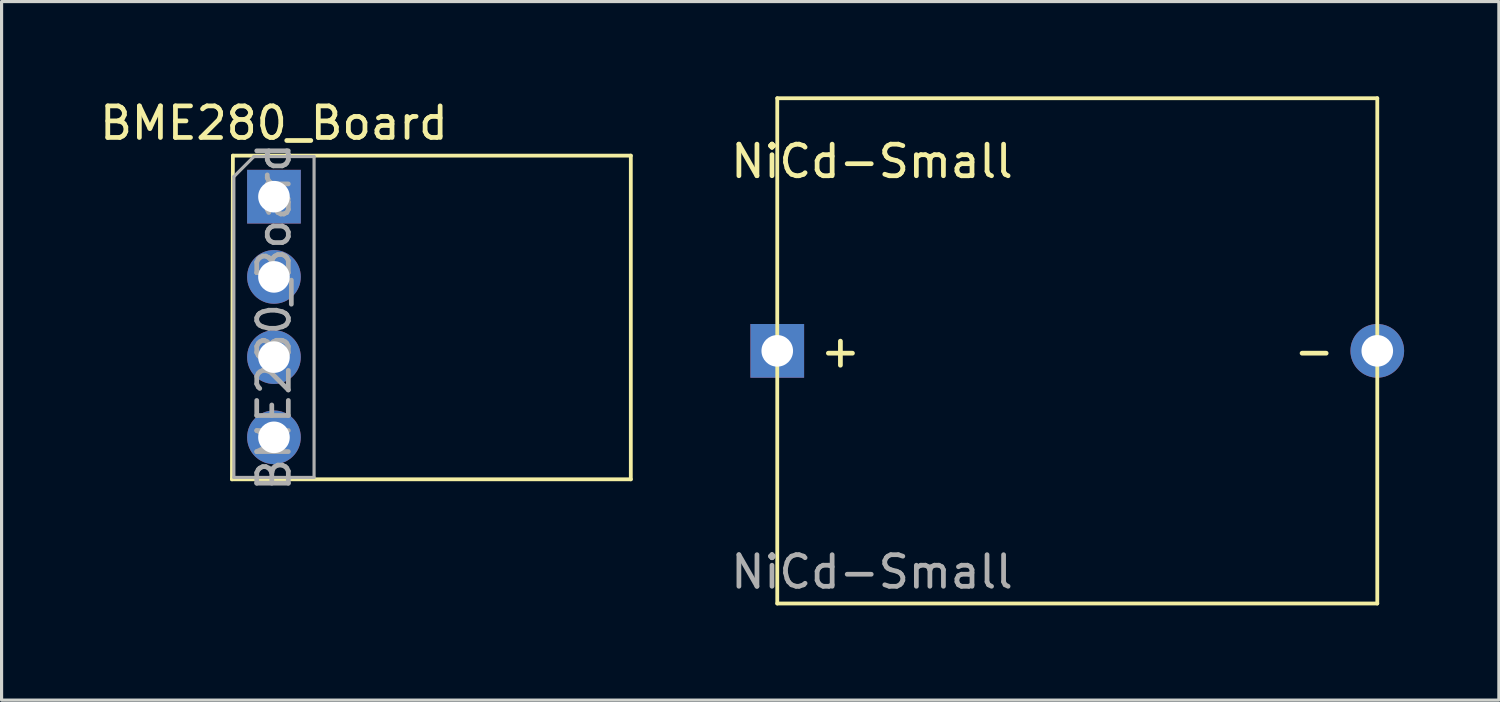
<source format=kicad_pcb>
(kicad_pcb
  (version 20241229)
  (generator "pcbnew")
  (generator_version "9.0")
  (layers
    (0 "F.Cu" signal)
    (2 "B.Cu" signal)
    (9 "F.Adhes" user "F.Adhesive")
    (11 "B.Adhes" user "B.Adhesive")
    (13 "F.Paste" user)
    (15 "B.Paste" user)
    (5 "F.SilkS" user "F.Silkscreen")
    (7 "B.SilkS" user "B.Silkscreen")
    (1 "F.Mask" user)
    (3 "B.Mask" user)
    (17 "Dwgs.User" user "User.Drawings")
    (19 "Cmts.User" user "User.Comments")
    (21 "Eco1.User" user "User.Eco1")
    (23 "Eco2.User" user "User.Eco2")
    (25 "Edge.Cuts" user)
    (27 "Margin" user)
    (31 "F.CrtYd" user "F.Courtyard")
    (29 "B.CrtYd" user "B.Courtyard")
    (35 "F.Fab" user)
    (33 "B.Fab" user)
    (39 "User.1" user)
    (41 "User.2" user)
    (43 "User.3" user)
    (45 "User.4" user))
  (footprint "BME280_Board"
    (layer "F.Cu")
    (at 5.625 3.178)
    (property "Reference" "BME280_Board" (at 0 -2.33 0) (layer "F.SilkS") (effects (font (size 1 1) (thickness 0.15))))
    (attr through_hole)
    (fp_line (start -1.33 8.95) (end 11.3 8.95) (stroke (width 0.12) (type solid)) (layer "F.SilkS"))
    (fp_line (start -1.3 -1.3) (end -1.33 8.95) (stroke (width 0.12) (type solid)) (layer "F.SilkS"))
    (fp_line (start -1.3 -1.3) (end 11.3 -1.3) (stroke (width 0.12) (type solid)) (layer "F.SilkS"))
    (fp_line (start 11.3 -1.3) (end 11.3 8.95) (stroke (width 0.12) (type solid)) (layer "F.SilkS"))
    (fp_line (start -1.27 -0.635) (end -0.635 -1.27) (stroke (width 0.1) (type solid)) (layer "F.Fab"))
    (fp_line (start -1.27 8.89) (end -1.27 -0.635) (stroke (width 0.1) (type solid)) (layer "F.Fab"))
    (fp_line (start -0.635 -1.27) (end 1.27 -1.27) (stroke (width 0.1) (type solid)) (layer "F.Fab"))
    (fp_line (start 1.27 -1.27) (end 1.27 8.89) (stroke (width 0.1) (type solid)) (layer "F.Fab"))
    (fp_line (start 1.27 8.89) (end -1.27 8.89) (stroke (width 0.1) (type solid)) (layer "F.Fab"))
    (fp_text user "${REFERENCE}" (at 0 3.81 90) (layer "F.Fab") (effects (font (size 1 1) (thickness 0.15))))
    (pad "1" thru_hole rect (at 0 0) (size 1.7 1.7) (drill 1) (layers "*.Cu" "*.Mask"))
    (pad "2" thru_hole oval (at 0 2.54) (size 1.7 1.7) (drill 1) (layers "*.Cu" "*.Mask"))
    (pad "3" thru_hole oval (at 0 5.08) (size 1.7 1.7) (drill 1) (layers "*.Cu" "*.Mask"))
    (pad "4" thru_hole oval (at 0 7.62) (size 1.7 1.7) (drill 1) (layers "*.Cu" "*.Mask")))
  (footprint "NiCd-Small"
    (layer "F.Cu")
    (at 21.562 8.06)
    (property "Reference" "NiCd-Small" (at 3 -6 0) (layer "F.SilkS") (effects (font (size 1 1) (thickness 0.15))))
    (attr through_hole)
    (fp_line (start 0 -8) (end 0 8) (stroke (width 0.12) (type solid)) (layer "F.SilkS"))
    (fp_line (start 0 8) (end 19 8) (stroke (width 0.12) (type solid)) (layer "F.SilkS"))
    (fp_line (start 19 -8) (end 0 -8) (stroke (width 0.12) (type solid)) (layer "F.SilkS"))
    (fp_line (start 19 8) (end 19 -8) (stroke (width 0.12) (type solid)) (layer "F.SilkS"))
    (fp_text user "-" (at 17 0 0) (layer "F.SilkS") (effects (font (size 1 1) (thickness 0.15))))
    (fp_text user "+" (at 2 0 0) (layer "F.SilkS") (effects (font (size 1 1) (thickness 0.15))))
    (fp_text user "${REFERENCE}" (at 3 7 0) (layer "F.Fab") (effects (font (size 1 1) (thickness 0.15))))
    (pad "1" thru_hole rect (at 0 0) (size 1.7 1.7) (drill 1) (layers "*.Cu" "*.Mask"))
    (pad "2" thru_hole oval (at 19 0) (size 1.7 1.7) (drill 1) (layers "*.Cu" "*.Mask")))
  (gr_rect
    (start -3 -3)
    (end 44.412 19.12)
    (stroke (width 0.1) (type default))
    (fill no)
    (layer "Edge.Cuts")))
</source>
